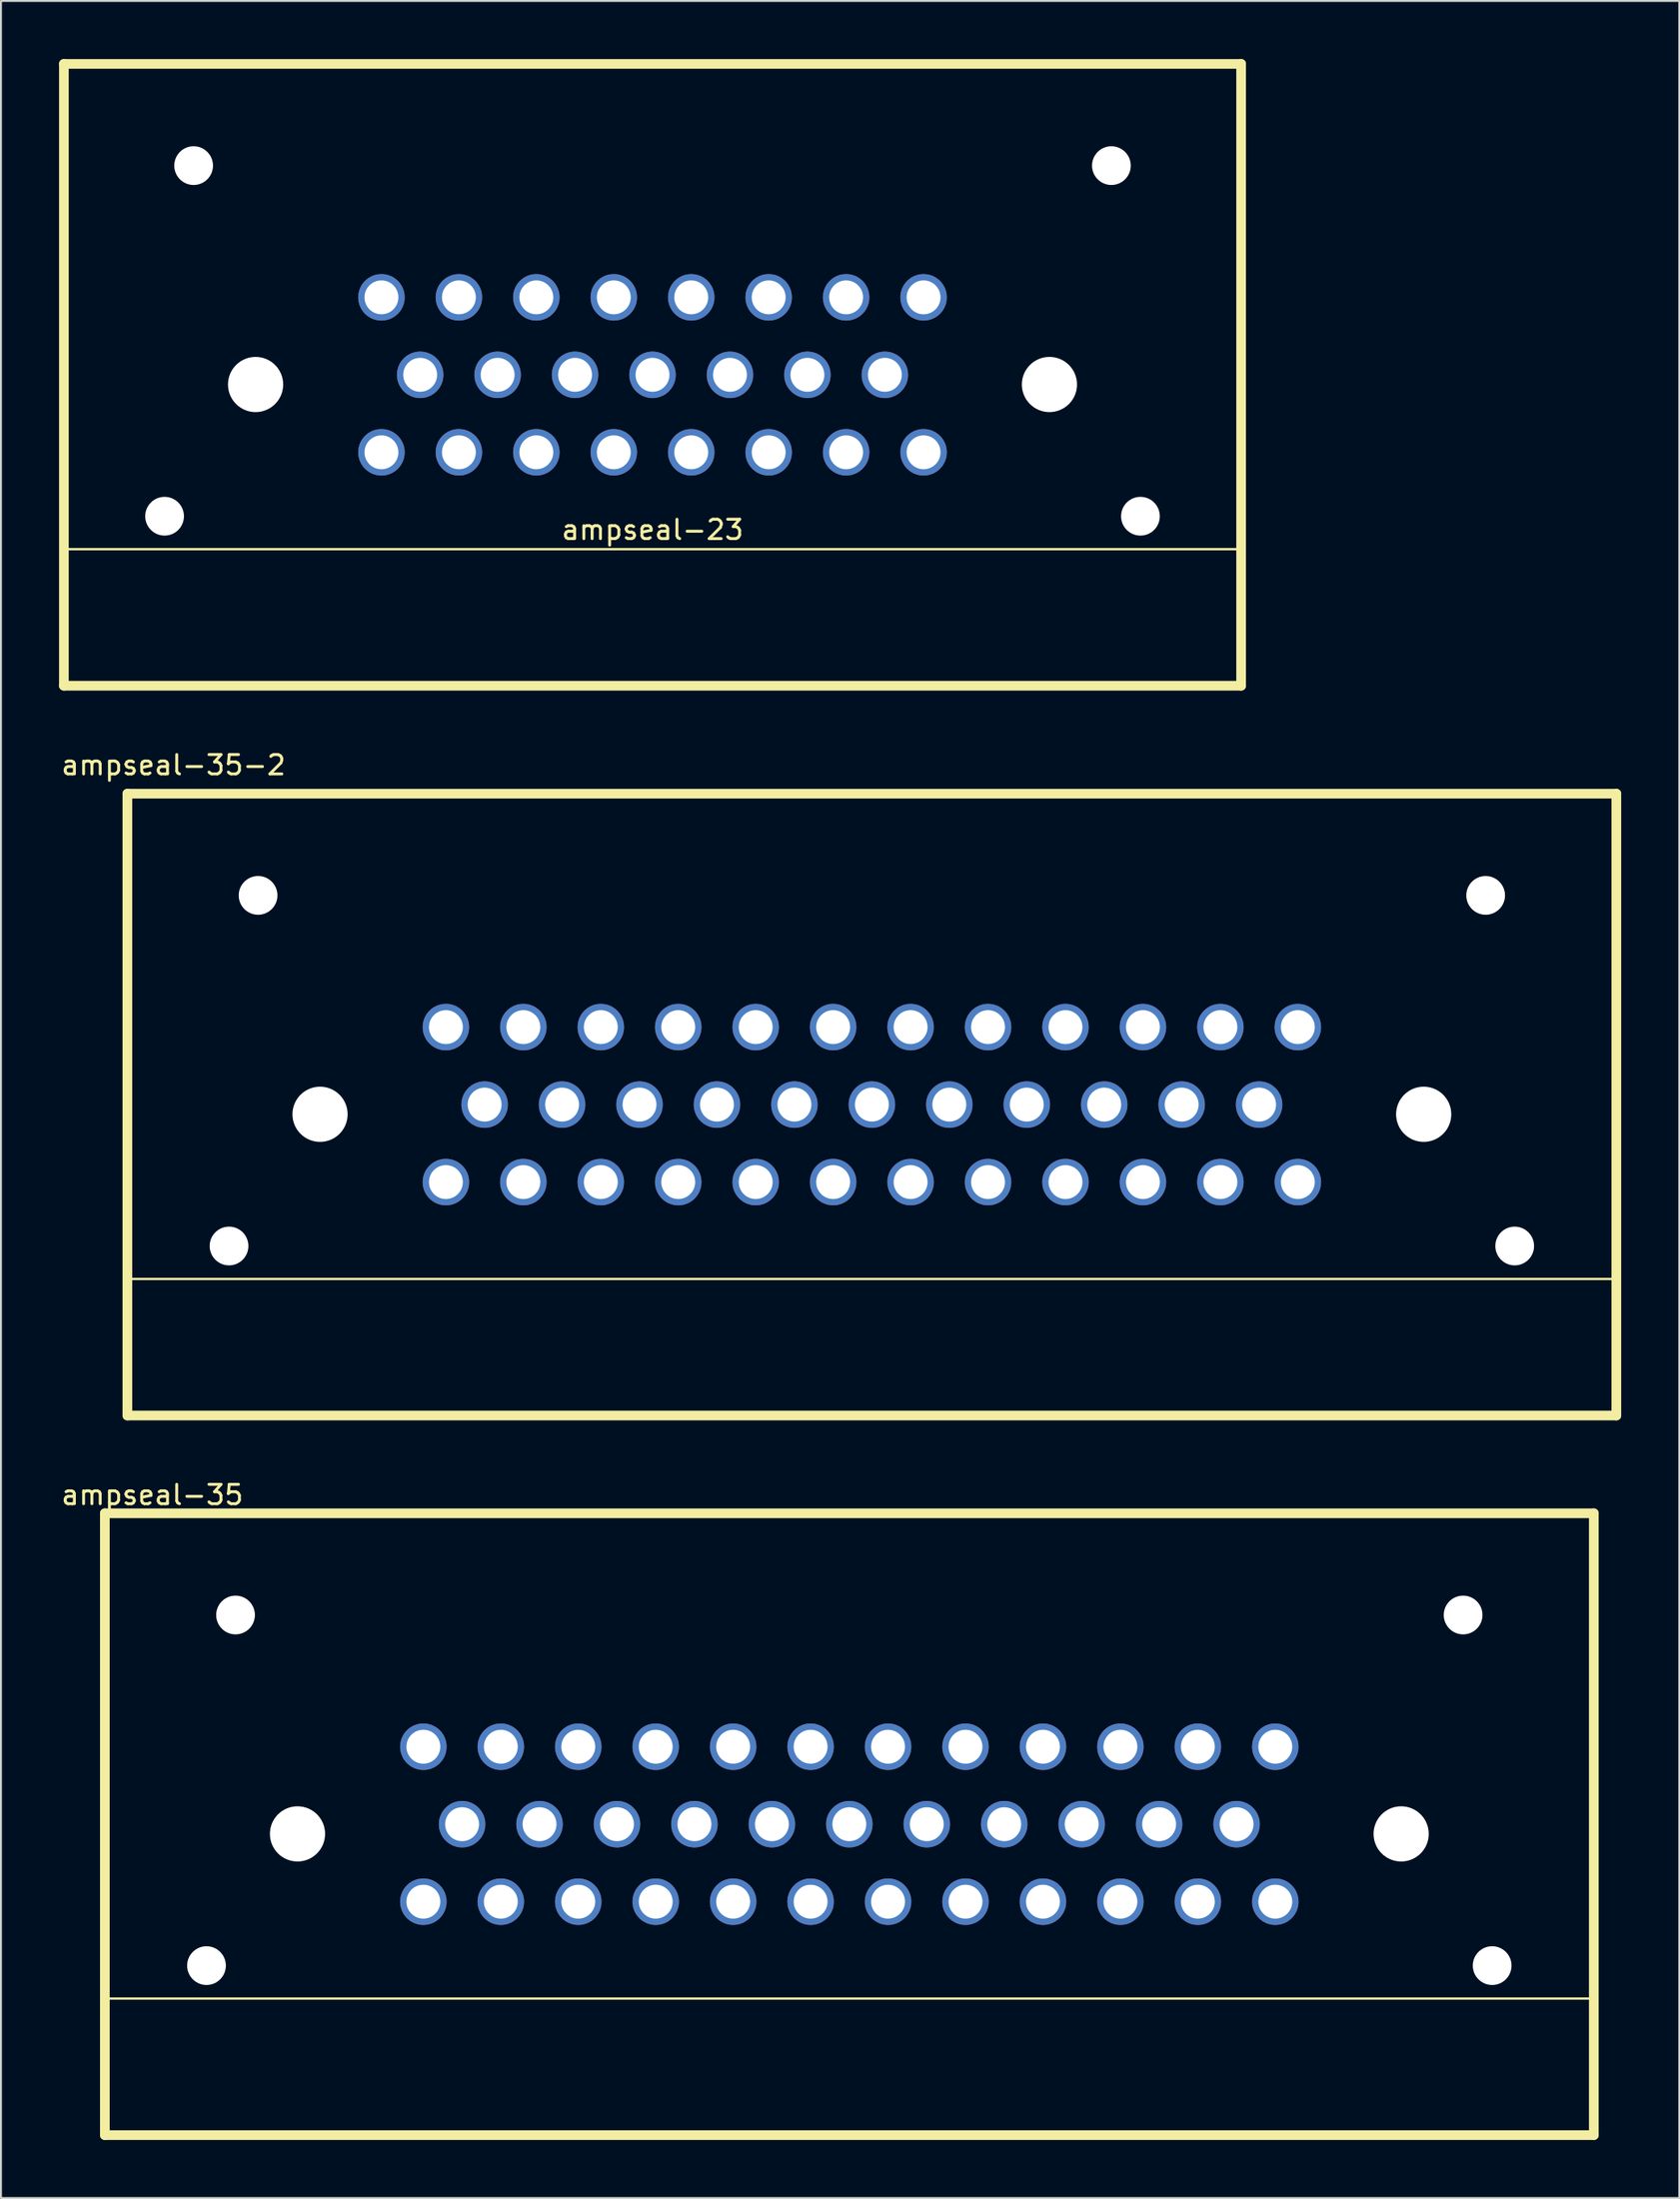
<source format=kicad_pcb>
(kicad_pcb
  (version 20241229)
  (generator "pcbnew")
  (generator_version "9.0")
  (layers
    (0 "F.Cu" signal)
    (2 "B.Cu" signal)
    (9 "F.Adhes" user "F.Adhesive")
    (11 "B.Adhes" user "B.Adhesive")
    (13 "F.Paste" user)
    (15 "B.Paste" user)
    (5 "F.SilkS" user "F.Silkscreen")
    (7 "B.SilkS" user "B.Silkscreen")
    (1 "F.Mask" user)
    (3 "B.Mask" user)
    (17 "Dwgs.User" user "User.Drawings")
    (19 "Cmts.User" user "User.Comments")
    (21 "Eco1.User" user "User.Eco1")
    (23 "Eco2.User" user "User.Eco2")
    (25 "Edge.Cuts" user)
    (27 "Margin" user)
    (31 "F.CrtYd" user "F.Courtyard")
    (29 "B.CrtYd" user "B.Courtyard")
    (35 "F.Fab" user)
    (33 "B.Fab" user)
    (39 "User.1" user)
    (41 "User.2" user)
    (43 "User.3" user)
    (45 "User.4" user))
  (footprint "ampseal-35-2"
    (layer "F.Cu")
    (at 41.979 53.974)
    (property "Reference" "ampseal-35-2" (at -36.068 -17.526 0) (layer "F.SilkS") (effects (font (size 1 1) (thickness 0.15))))
    (attr through_hole)
    (fp_line (start -38.45 -16.05) (end -38.45 16.05) (stroke (width 0.5) (type solid)) (layer "F.SilkS"))
    (fp_line (start -38.45 -16.05) (end 38.45 -16.05) (stroke (width 0.5) (type solid)) (layer "F.SilkS"))
    (fp_line (start -38.45 16.05) (end 38.45 16.05) (stroke (width 0.5) (type solid)) (layer "F.SilkS"))
    (fp_line (start -38.354 9) (end 38.354 9) (stroke (width 0.12) (type solid)) (layer "F.SilkS"))
    (fp_line (start 38.45 -16.05) (end 38.45 16.05) (stroke (width 0.5) (type solid)) (layer "F.SilkS"))
    (pad "" np_thru_hole circle (at -33.2 7.3) (size 2 2) (drill 2) (layers "*.Cu" "*.Mask"))
    (pad "" np_thru_hole circle (at -31.7 -10.8) (size 2 2) (drill 2) (layers "*.Cu" "*.Mask"))
    (pad "" np_thru_hole circle (at -28.5 0.5) (size 2.85 2.85) (drill 2.85) (layers "*.Cu" "*.Mask"))
    (pad "" np_thru_hole circle (at 28.5 0.5) (size 2.85 2.85) (drill 2.85) (layers "*.Cu" "*.Mask"))
    (pad "" np_thru_hole circle (at 31.7 -10.8) (size 2 2) (drill 2) (layers "*.Cu" "*.Mask"))
    (pad "" np_thru_hole circle (at 33.2 7.3) (size 2 2) (drill 2) (layers "*.Cu" "*.Mask"))
    (pad "1" thru_hole circle (at -22 -4) (size 2.4 2.4) (drill 1.75) (layers "*.Cu" "*.Mask"))
    (pad "2" thru_hole circle (at -18 -4) (size 2.4 2.4) (drill 1.75) (layers "*.Cu" "*.Mask"))
    (pad "3" thru_hole circle (at -14 -4) (size 2.4 2.4) (drill 1.75) (layers "*.Cu" "*.Mask"))
    (pad "4" thru_hole circle (at -10 -4) (size 2.4 2.4) (drill 1.75) (layers "*.Cu" "*.Mask"))
    (pad "5" thru_hole circle (at -6 -4) (size 2.4 2.4) (drill 1.75) (layers "*.Cu" "*.Mask"))
    (pad "6" thru_hole circle (at -2 -4) (size 2.4 2.4) (drill 1.75) (layers "*.Cu" "*.Mask"))
    (pad "7" thru_hole circle (at 2 -4) (size 2.4 2.4) (drill 1.75) (layers "*.Cu" "*.Mask"))
    (pad "8" thru_hole circle (at 6 -4) (size 2.4 2.4) (drill 1.75) (layers "*.Cu" "*.Mask"))
    (pad "9" thru_hole circle (at 10 -4) (size 2.4 2.4) (drill 1.75) (layers "*.Cu" "*.Mask"))
    (pad "10" thru_hole circle (at 14 -4) (size 2.4 2.4) (drill 1.75) (layers "*.Cu" "*.Mask"))
    (pad "11" thru_hole circle (at 18 -4) (size 2.4 2.4) (drill 1.75) (layers "*.Cu" "*.Mask"))
    (pad "12" thru_hole circle (at 22 -4) (size 2.4 2.4) (drill 1.75) (layers "*.Cu" "*.Mask"))
    (pad "13" thru_hole circle (at -20 0) (size 2.4 2.4) (drill 1.75) (layers "*.Cu" "*.Mask"))
    (pad "14" thru_hole circle (at -16 0) (size 2.4 2.4) (drill 1.75) (layers "*.Cu" "*.Mask"))
    (pad "15" thru_hole circle (at -12 0) (size 2.4 2.4) (drill 1.75) (layers "*.Cu" "*.Mask"))
    (pad "16" thru_hole circle (at -8 0) (size 2.4 2.4) (drill 1.75) (layers "*.Cu" "*.Mask"))
    (pad "17" thru_hole circle (at -4 0) (size 2.4 2.4) (drill 1.75) (layers "*.Cu" "*.Mask"))
    (pad "18" thru_hole circle (at 0 0) (size 2.4 2.4) (drill 1.75) (layers "*.Cu" "*.Mask"))
    (pad "19" thru_hole circle (at 4 0) (size 2.4 2.4) (drill 1.75) (layers "*.Cu" "*.Mask"))
    (pad "20" thru_hole circle (at 8 0) (size 2.4 2.4) (drill 1.75) (layers "*.Cu" "*.Mask"))
    (pad "21" thru_hole circle (at 12 0) (size 2.4 2.4) (drill 1.75) (layers "*.Cu" "*.Mask"))
    (pad "22" thru_hole circle (at 16 0) (size 2.4 2.4) (drill 1.75) (layers "*.Cu" "*.Mask"))
    (pad "23" thru_hole circle (at 20 0) (size 2.4 2.4) (drill 1.75) (layers "*.Cu" "*.Mask"))
    (pad "24" thru_hole circle (at -22 4) (size 2.4 2.4) (drill 1.75) (layers "*.Cu" "*.Mask"))
    (pad "25" thru_hole circle (at -18 4) (size 2.4 2.4) (drill 1.75) (layers "*.Cu" "*.Mask"))
    (pad "26" thru_hole circle (at -14 4) (size 2.4 2.4) (drill 1.75) (layers "*.Cu" "*.Mask"))
    (pad "27" thru_hole circle (at -10 4) (size 2.4 2.4) (drill 1.75) (layers "*.Cu" "*.Mask"))
    (pad "28" thru_hole circle (at -6 4) (size 2.4 2.4) (drill 1.75) (layers "*.Cu" "*.Mask"))
    (pad "29" thru_hole circle (at -2 4) (size 2.4 2.4) (drill 1.75) (layers "*.Cu" "*.Mask"))
    (pad "30" thru_hole circle (at 2 4) (size 2.4 2.4) (drill 1.75) (layers "*.Cu" "*.Mask"))
    (pad "31" thru_hole circle (at 6 4) (size 2.4 2.4) (drill 1.75) (layers "*.Cu" "*.Mask"))
    (pad "32" thru_hole circle (at 10 4) (size 2.4 2.4) (drill 1.75) (layers "*.Cu" "*.Mask"))
    (pad "33" thru_hole circle (at 14 4) (size 2.4 2.4) (drill 1.75) (layers "*.Cu" "*.Mask"))
    (pad "34" thru_hole circle (at 18 4) (size 2.4 2.4) (drill 1.75) (layers "*.Cu" "*.Mask"))
    (pad "35" thru_hole circle (at 22 4) (size 2.4 2.4) (drill 1.75) (layers "*.Cu" "*.Mask")))
  (footprint "ampseal-23"
    (layer "F.Cu")
    (at 30.65 16.3)
    (property "Reference" "ampseal-23" (at 0 8 0) (layer "F.SilkS") (effects (font (size 1 1) (thickness 0.15))))
    (attr through_hole)
    (fp_line (start -30.5 9) (end 30.5 9) (stroke (width 0.12) (type solid)) (layer "F.SilkS"))
    (fp_line (start -30.4 -16.05) (end 30.4 -16.05) (stroke (width 0.5) (type solid)) (layer "F.SilkS"))
    (fp_line (start -30.4 16.05) (end -30.4 -16.05) (stroke (width 0.5) (type solid)) (layer "F.SilkS"))
    (fp_line (start 30.4 -16.05) (end 30.4 16.05) (stroke (width 0.5) (type solid)) (layer "F.SilkS"))
    (fp_line (start 30.4 16.05) (end -30.4 16.05) (stroke (width 0.5) (type solid)) (layer "F.SilkS"))
    (pad "" np_thru_hole circle (at -25.2 7.3) (size 2 2) (drill 2) (layers "*.Cu" "*.Mask"))
    (pad "" np_thru_hole circle (at -23.7 -10.8) (size 2 2) (drill 2) (layers "*.Cu" "*.Mask"))
    (pad "" np_thru_hole circle (at -20.5 0.5) (size 2.85 2.85) (drill 2.85) (layers "*.Cu" "*.Mask"))
    (pad "" np_thru_hole circle (at 20.5 0.5) (size 2.85 2.85) (drill 2.85) (layers "*.Cu" "*.Mask"))
    (pad "" np_thru_hole circle (at 23.7 -10.8) (size 2 2) (drill 2) (layers "*.Cu" "*.Mask"))
    (pad "" np_thru_hole circle (at 25.2 7.3) (size 2 2) (drill 2) (layers "*.Cu" "*.Mask"))
    (pad "1" thru_hole circle (at -14 -4) (size 2.4 2.4) (drill 1.75) (layers "*.Cu" "*.Mask"))
    (pad "2" thru_hole circle (at -10 -4) (size 2.4 2.4) (drill 1.75) (layers "*.Cu" "*.Mask"))
    (pad "3" thru_hole circle (at -6 -4) (size 2.4 2.4) (drill 1.75) (layers "*.Cu" "*.Mask"))
    (pad "4" thru_hole circle (at -2 -4) (size 2.4 2.4) (drill 1.75) (layers "*.Cu" "*.Mask"))
    (pad "5" thru_hole circle (at 2 -4) (size 2.4 2.4) (drill 1.75) (layers "*.Cu" "*.Mask"))
    (pad "6" thru_hole circle (at 6 -4) (size 2.4 2.4) (drill 1.75) (layers "*.Cu" "*.Mask"))
    (pad "7" thru_hole circle (at 10 -4) (size 2.4 2.4) (drill 1.75) (layers "*.Cu" "*.Mask"))
    (pad "8" thru_hole circle (at 14 -4) (size 2.4 2.4) (drill 1.75) (layers "*.Cu" "*.Mask"))
    (pad "9" thru_hole circle (at -12 0) (size 2.4 2.4) (drill 1.75) (layers "*.Cu" "*.Mask"))
    (pad "10" thru_hole circle (at -8 0) (size 2.4 2.4) (drill 1.75) (layers "*.Cu" "*.Mask"))
    (pad "11" thru_hole circle (at -4 0) (size 2.4 2.4) (drill 1.75) (layers "*.Cu" "*.Mask"))
    (pad "12" thru_hole circle (at 0 0) (size 2.4 2.4) (drill 1.75) (layers "*.Cu" "*.Mask"))
    (pad "13" thru_hole circle (at 4 0) (size 2.4 2.4) (drill 1.75) (layers "*.Cu" "*.Mask"))
    (pad "14" thru_hole circle (at 8 0) (size 2.4 2.4) (drill 1.75) (layers "*.Cu" "*.Mask"))
    (pad "15" thru_hole circle (at 12 0) (size 2.4 2.4) (drill 1.75) (layers "*.Cu" "*.Mask"))
    (pad "16" thru_hole circle (at -14 4) (size 2.4 2.4) (drill 1.75) (layers "*.Cu" "*.Mask"))
    (pad "17" thru_hole circle (at -10 4) (size 2.4 2.4) (drill 1.75) (layers "*.Cu" "*.Mask"))
    (pad "18" thru_hole circle (at -6 4) (size 2.4 2.4) (drill 1.75) (layers "*.Cu" "*.Mask"))
    (pad "19" thru_hole circle (at -2 4) (size 2.4 2.4) (drill 1.75) (layers "*.Cu" "*.Mask"))
    (pad "20" thru_hole circle (at 2 4) (size 2.4 2.4) (drill 1.75) (layers "*.Cu" "*.Mask"))
    (pad "21" thru_hole circle (at 6 4) (size 2.4 2.4) (drill 1.75) (layers "*.Cu" "*.Mask"))
    (pad "22" thru_hole circle (at 10 4) (size 2.4 2.4) (drill 1.75) (layers "*.Cu" "*.Mask"))
    (pad "23" thru_hole circle (at 14 4) (size 2.4 2.4) (drill 1.75) (layers "*.Cu" "*.Mask")))
  (footprint "ampseal-35"
    (layer "F.Cu")
    (at 40.815 91.123)
    (property "Reference" "ampseal-35" (at -36 -17 0) (layer "F.SilkS") (effects (font (size 1 1) (thickness 0.15))))
    (attr through_hole)
    (fp_line (start -38.45 -16.05) (end -38.45 16.05) (stroke (width 0.5) (type solid)) (layer "F.SilkS"))
    (fp_line (start -38.45 -16.05) (end 38.45 -16.05) (stroke (width 0.5) (type solid)) (layer "F.SilkS"))
    (fp_line (start -38.45 16.05) (end 38.45 16.05) (stroke (width 0.5) (type solid)) (layer "F.SilkS"))
    (fp_line (start -38.354 9) (end 38.354 9) (stroke (width 0.12) (type solid)) (layer "F.SilkS"))
    (fp_line (start 38.45 -16.05) (end 38.45 16.05) (stroke (width 0.5) (type solid)) (layer "F.SilkS"))
    (pad "" np_thru_hole circle (at -33.2 7.3) (size 2 2) (drill 2) (layers "*.Cu" "*.Mask"))
    (pad "" np_thru_hole circle (at -31.7 -10.8) (size 2 2) (drill 2) (layers "*.Cu" "*.Mask"))
    (pad "" np_thru_hole circle (at -28.5 0.5) (size 2.85 2.85) (drill 2.85) (layers "*.Cu" "*.Mask"))
    (pad "" np_thru_hole circle (at 28.5 0.5) (size 2.85 2.85) (drill 2.85) (layers "*.Cu" "*.Mask"))
    (pad "" np_thru_hole circle (at 31.7 -10.8) (size 2 2) (drill 2) (layers "*.Cu" "*.Mask"))
    (pad "" np_thru_hole circle (at 33.2 7.3) (size 2 2) (drill 2) (layers "*.Cu" "*.Mask"))
    (pad "1" thru_hole circle (at -22 -4) (size 2.4 2.4) (drill 1.75) (layers "*.Cu" "*.Mask"))
    (pad "2" thru_hole circle (at -18 -4) (size 2.4 2.4) (drill 1.75) (layers "*.Cu" "*.Mask"))
    (pad "3" thru_hole circle (at -14 -4) (size 2.4 2.4) (drill 1.75) (layers "*.Cu" "*.Mask"))
    (pad "4" thru_hole circle (at -10 -4) (size 2.4 2.4) (drill 1.75) (layers "*.Cu" "*.Mask"))
    (pad "5" thru_hole circle (at -6 -4) (size 2.4 2.4) (drill 1.75) (layers "*.Cu" "*.Mask"))
    (pad "6" thru_hole circle (at -2 -4) (size 2.4 2.4) (drill 1.75) (layers "*.Cu" "*.Mask"))
    (pad "7" thru_hole circle (at 2 -4) (size 2.4 2.4) (drill 1.75) (layers "*.Cu" "*.Mask"))
    (pad "8" thru_hole circle (at 6 -4) (size 2.4 2.4) (drill 1.75) (layers "*.Cu" "*.Mask"))
    (pad "9" thru_hole circle (at 10 -4) (size 2.4 2.4) (drill 1.75) (layers "*.Cu" "*.Mask"))
    (pad "10" thru_hole circle (at 14 -4) (size 2.4 2.4) (drill 1.75) (layers "*.Cu" "*.Mask"))
    (pad "11" thru_hole circle (at 18 -4) (size 2.4 2.4) (drill 1.75) (layers "*.Cu" "*.Mask"))
    (pad "12" thru_hole circle (at 22 -4) (size 2.4 2.4) (drill 1.75) (layers "*.Cu" "*.Mask"))
    (pad "13" thru_hole circle (at -20 0) (size 2.4 2.4) (drill 1.75) (layers "*.Cu" "*.Mask"))
    (pad "14" thru_hole circle (at -16 0) (size 2.4 2.4) (drill 1.75) (layers "*.Cu" "*.Mask"))
    (pad "15" thru_hole circle (at -12 0) (size 2.4 2.4) (drill 1.75) (layers "*.Cu" "*.Mask"))
    (pad "16" thru_hole circle (at -8 0) (size 2.4 2.4) (drill 1.75) (layers "*.Cu" "*.Mask"))
    (pad "17" thru_hole circle (at -4 0) (size 2.4 2.4) (drill 1.75) (layers "*.Cu" "*.Mask"))
    (pad "18" thru_hole circle (at 0 0) (size 2.4 2.4) (drill 1.75) (layers "*.Cu" "*.Mask"))
    (pad "19" thru_hole circle (at 4 0) (size 2.4 2.4) (drill 1.75) (layers "*.Cu" "*.Mask"))
    (pad "20" thru_hole circle (at 8 0) (size 2.4 2.4) (drill 1.75) (layers "*.Cu" "*.Mask"))
    (pad "21" thru_hole circle (at 12 0) (size 2.4 2.4) (drill 1.75) (layers "*.Cu" "*.Mask"))
    (pad "22" thru_hole circle (at 16 0) (size 2.4 2.4) (drill 1.75) (layers "*.Cu" "*.Mask"))
    (pad "23" thru_hole circle (at 20 0) (size 2.4 2.4) (drill 1.75) (layers "*.Cu" "*.Mask"))
    (pad "24" thru_hole circle (at -22 4) (size 2.4 2.4) (drill 1.75) (layers "*.Cu" "*.Mask"))
    (pad "25" thru_hole circle (at -18 4) (size 2.4 2.4) (drill 1.75) (layers "*.Cu" "*.Mask"))
    (pad "26" thru_hole circle (at -14 4) (size 2.4 2.4) (drill 1.75) (layers "*.Cu" "*.Mask"))
    (pad "27" thru_hole circle (at -10 4) (size 2.4 2.4) (drill 1.75) (layers "*.Cu" "*.Mask"))
    (pad "28" thru_hole circle (at -6 4) (size 2.4 2.4) (drill 1.75) (layers "*.Cu" "*.Mask"))
    (pad "29" thru_hole circle (at -2 4) (size 2.4 2.4) (drill 1.75) (layers "*.Cu" "*.Mask"))
    (pad "30" thru_hole circle (at 2 4) (size 2.4 2.4) (drill 1.75) (layers "*.Cu" "*.Mask"))
    (pad "31" thru_hole circle (at 6 4) (size 2.4 2.4) (drill 1.75) (layers "*.Cu" "*.Mask"))
    (pad "32" thru_hole circle (at 10 4) (size 2.4 2.4) (drill 1.75) (layers "*.Cu" "*.Mask"))
    (pad "33" thru_hole circle (at 14 4) (size 2.4 2.4) (drill 1.75) (layers "*.Cu" "*.Mask"))
    (pad "34" thru_hole circle (at 18 4) (size 2.4 2.4) (drill 1.75) (layers "*.Cu" "*.Mask"))
    (pad "35" thru_hole circle (at 22 4) (size 2.4 2.4) (drill 1.75) (layers "*.Cu" "*.Mask")))
  (gr_rect
    (start -3 -3)
    (end 83.679 110.422)
    (stroke (width 0.1) (type default))
    (fill no)
    (layer "Edge.Cuts")))
</source>
